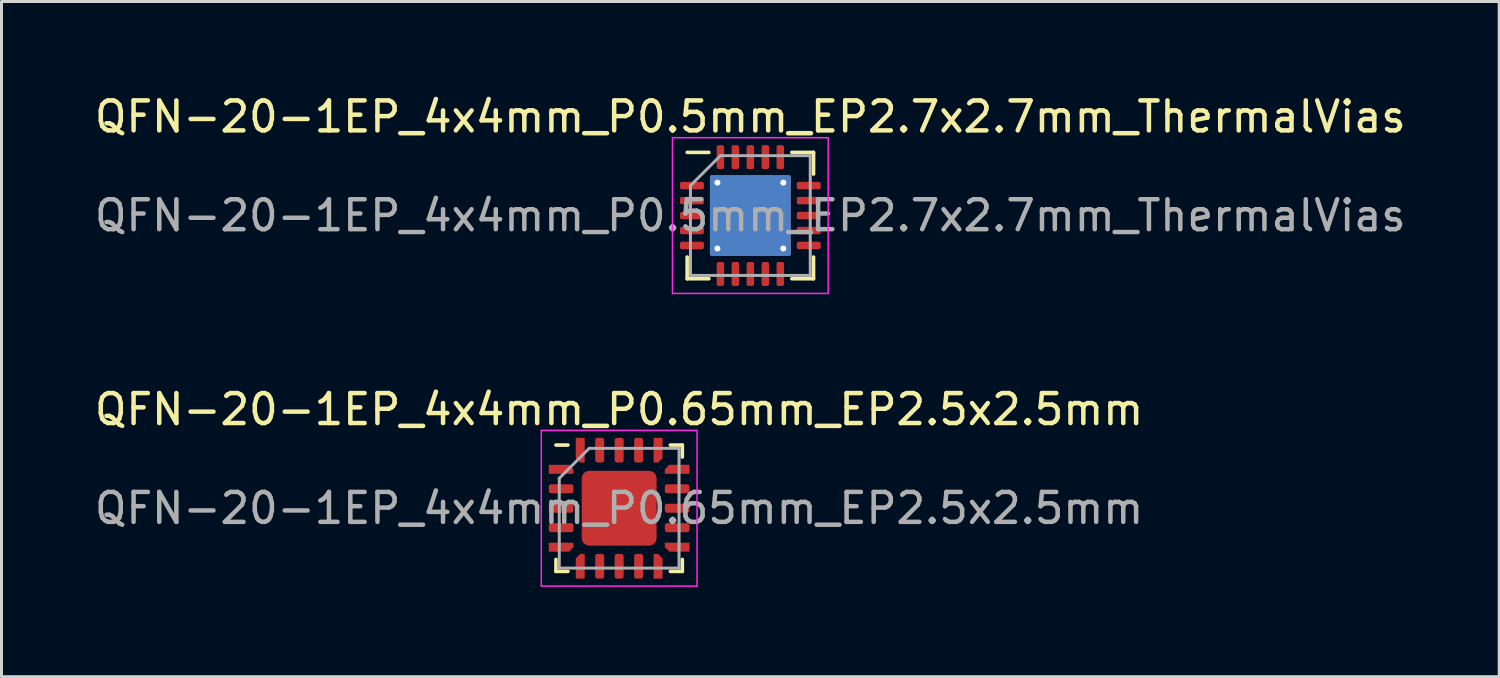
<source format=kicad_pcb>
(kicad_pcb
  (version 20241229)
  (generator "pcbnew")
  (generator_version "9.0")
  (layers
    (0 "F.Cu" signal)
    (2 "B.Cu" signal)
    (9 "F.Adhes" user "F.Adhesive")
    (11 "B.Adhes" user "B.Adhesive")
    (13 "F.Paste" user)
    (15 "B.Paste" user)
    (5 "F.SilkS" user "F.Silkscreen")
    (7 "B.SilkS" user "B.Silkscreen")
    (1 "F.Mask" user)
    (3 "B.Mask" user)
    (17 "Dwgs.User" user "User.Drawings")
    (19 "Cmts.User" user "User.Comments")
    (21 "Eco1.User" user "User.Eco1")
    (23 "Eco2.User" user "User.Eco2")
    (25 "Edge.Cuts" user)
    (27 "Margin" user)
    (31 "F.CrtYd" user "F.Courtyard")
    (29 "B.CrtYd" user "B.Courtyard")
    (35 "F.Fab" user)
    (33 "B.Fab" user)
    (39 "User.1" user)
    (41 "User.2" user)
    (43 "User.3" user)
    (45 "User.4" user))
  (footprint "QFN-20-1EP_4x4mm_P0.5mm_EP2.7x2.7mm_ThermalVias"
    (layer "F.Cu")
    (at 22.006 4.148)
    (property "Reference" "QFN-20-1EP_4x4mm_P0.5mm_EP2.7x2.7mm_ThermalVias" (at 0 -3.3 0) (layer "F.SilkS") (effects (font (size 1 1) (thickness 0.15))))
    (attr smd)
    (fp_line (start -2.11 2.11) (end -2.11 1.385) (stroke (width 0.12) (type solid)) (layer "F.SilkS"))
    (fp_line (start -1.385 -2.11) (end -2.11 -2.11) (stroke (width 0.12) (type solid)) (layer "F.SilkS"))
    (fp_line (start -1.385 2.11) (end -2.11 2.11) (stroke (width 0.12) (type solid)) (layer "F.SilkS"))
    (fp_line (start 1.385 -2.11) (end 2.11 -2.11) (stroke (width 0.12) (type solid)) (layer "F.SilkS"))
    (fp_line (start 1.385 2.11) (end 2.11 2.11) (stroke (width 0.12) (type solid)) (layer "F.SilkS"))
    (fp_line (start 2.11 -2.11) (end 2.11 -1.385) (stroke (width 0.12) (type solid)) (layer "F.SilkS"))
    (fp_line (start 2.11 2.11) (end 2.11 1.385) (stroke (width 0.12) (type solid)) (layer "F.SilkS"))
    (fp_line (start -2.6 -2.6) (end -2.6 2.6) (stroke (width 0.05) (type solid)) (layer "F.CrtYd"))
    (fp_line (start -2.6 2.6) (end 2.6 2.6) (stroke (width 0.05) (type solid)) (layer "F.CrtYd"))
    (fp_line (start 2.6 -2.6) (end -2.6 -2.6) (stroke (width 0.05) (type solid)) (layer "F.CrtYd"))
    (fp_line (start 2.6 2.6) (end 2.6 -2.6) (stroke (width 0.05) (type solid)) (layer "F.CrtYd"))
    (fp_line (start -2 -1) (end -1 -2) (stroke (width 0.1) (type solid)) (layer "F.Fab"))
    (fp_line (start -2 2) (end -2 -1) (stroke (width 0.1) (type solid)) (layer "F.Fab"))
    (fp_line (start -1 -2) (end 2 -2) (stroke (width 0.1) (type solid)) (layer "F.Fab"))
    (fp_line (start 2 -2) (end 2 2) (stroke (width 0.1) (type solid)) (layer "F.Fab"))
    (fp_line (start 2 2) (end -2 2) (stroke (width 0.1) (type solid)) (layer "F.Fab"))
    (fp_text user "${REFERENCE}" (at 0 0 0) (layer "F.Fab") (effects (font (size 1 1) (thickness 0.15))))
    (pad "" smd roundrect (at -0.675 -0.675) (size 1.17 1.17) (layers "F.Paste") (roundrect_rratio 0.214))
    (pad "" smd roundrect (at -0.675 0.675) (size 1.17 1.17) (layers "F.Paste") (roundrect_rratio 0.214))
    (pad "" smd roundrect (at 0.675 -0.675) (size 1.17 1.17) (layers "F.Paste") (roundrect_rratio 0.214))
    (pad "" smd roundrect (at 0.675 0.675) (size 1.17 1.17) (layers "F.Paste") (roundrect_rratio 0.214))
    (pad "1" smd roundrect (at -1.95 -1) (size 0.8 0.25) (layers "F.Cu" "F.Mask" "F.Paste") (roundrect_rratio 0.25))
    (pad "2" smd roundrect (at -1.95 -0.5) (size 0.8 0.25) (layers "F.Cu" "F.Mask" "F.Paste") (roundrect_rratio 0.25))
    (pad "3" smd roundrect (at -1.95 0) (size 0.8 0.25) (layers "F.Cu" "F.Mask" "F.Paste") (roundrect_rratio 0.25))
    (pad "4" smd roundrect (at -1.95 0.5) (size 0.8 0.25) (layers "F.Cu" "F.Mask" "F.Paste") (roundrect_rratio 0.25))
    (pad "5" smd roundrect (at -1.95 1) (size 0.8 0.25) (layers "F.Cu" "F.Mask" "F.Paste") (roundrect_rratio 0.25))
    (pad "6" smd roundrect (at -1 1.95) (size 0.25 0.8) (layers "F.Cu" "F.Mask" "F.Paste") (roundrect_rratio 0.25))
    (pad "7" smd roundrect (at -0.5 1.95) (size 0.25 0.8) (layers "F.Cu" "F.Mask" "F.Paste") (roundrect_rratio 0.25))
    (pad "8" smd roundrect (at 0 1.95) (size 0.25 0.8) (layers "F.Cu" "F.Mask" "F.Paste") (roundrect_rratio 0.25))
    (pad "9" smd roundrect (at 0.5 1.95) (size 0.25 0.8) (layers "F.Cu" "F.Mask" "F.Paste") (roundrect_rratio 0.25))
    (pad "10" smd roundrect (at 1 1.95) (size 0.25 0.8) (layers "F.Cu" "F.Mask" "F.Paste") (roundrect_rratio 0.25))
    (pad "11" smd roundrect (at 1.95 1) (size 0.8 0.25) (layers "F.Cu" "F.Mask" "F.Paste") (roundrect_rratio 0.25))
    (pad "12" smd roundrect (at 1.95 0.5) (size 0.8 0.25) (layers "F.Cu" "F.Mask" "F.Paste") (roundrect_rratio 0.25))
    (pad "13" smd roundrect (at 1.95 0) (size 0.8 0.25) (layers "F.Cu" "F.Mask" "F.Paste") (roundrect_rratio 0.25))
    (pad "14" smd roundrect (at 1.95 -0.5) (size 0.8 0.25) (layers "F.Cu" "F.Mask" "F.Paste") (roundrect_rratio 0.25))
    (pad "15" smd roundrect (at 1.95 -1) (size 0.8 0.25) (layers "F.Cu" "F.Mask" "F.Paste") (roundrect_rratio 0.25))
    (pad "16" smd roundrect (at 1 -1.95) (size 0.25 0.8) (layers "F.Cu" "F.Mask" "F.Paste") (roundrect_rratio 0.25))
    (pad "17" smd roundrect (at 0.5 -1.95) (size 0.25 0.8) (layers "F.Cu" "F.Mask" "F.Paste") (roundrect_rratio 0.25))
    (pad "18" smd roundrect (at 0 -1.95) (size 0.25 0.8) (layers "F.Cu" "F.Mask" "F.Paste") (roundrect_rratio 0.25))
    (pad "19" smd roundrect (at -0.5 -1.95) (size 0.25 0.8) (layers "F.Cu" "F.Mask" "F.Paste") (roundrect_rratio 0.25))
    (pad "20" smd roundrect (at -1 -1.95) (size 0.25 0.8) (layers "F.Cu" "F.Mask" "F.Paste") (roundrect_rratio 0.25))
    (pad "21" thru_hole circle (at -1.1 -1.1) (size 0.5 0.5) (drill 0.2) (layers "*.Cu"))
    (pad "21" thru_hole circle (at -1.1 1.1) (size 0.5 0.5) (drill 0.2) (layers "*.Cu"))
    (pad "21" smd roundrect (at 0 0) (size 2.7 2.7) (layers "F.Cu" "F.Mask") (roundrect_rratio 0.023))
    (pad "21" smd roundrect (at 0 0) (size 2.7 2.7) (layers "B.Cu") (roundrect_rratio 0.023))
    (pad "21" thru_hole circle (at 1.1 -1.1) (size 0.5 0.5) (drill 0.2) (layers "*.Cu"))
    (pad "21" thru_hole circle (at 1.1 1.1) (size 0.5 0.5) (drill 0.2) (layers "*.Cu")))
  (footprint "QFN-20-1EP_4x4mm_P0.65mm_EP2.5x2.5mm"
    (layer "F.Cu")
    (at 17.625 13.921)
    (property "Reference" "QFN-20-1EP_4x4mm_P0.65mm_EP2.5x2.5mm" (at 0 -3.3 0) (layer "F.SilkS") (effects (font (size 1 1) (thickness 0.15))))
    (attr smd)
    (fp_line (start -2.11 2.11) (end -2.11 1.71) (stroke (width 0.12) (type solid)) (layer "F.SilkS"))
    (fp_line (start -1.71 -2.11) (end -2.11 -2.11) (stroke (width 0.12) (type solid)) (layer "F.SilkS"))
    (fp_line (start -1.71 2.11) (end -2.11 2.11) (stroke (width 0.12) (type solid)) (layer "F.SilkS"))
    (fp_line (start 1.71 -2.11) (end 2.11 -2.11) (stroke (width 0.12) (type solid)) (layer "F.SilkS"))
    (fp_line (start 1.71 2.11) (end 2.11 2.11) (stroke (width 0.12) (type solid)) (layer "F.SilkS"))
    (fp_line (start 2.11 -2.11) (end 2.11 -1.71) (stroke (width 0.12) (type solid)) (layer "F.SilkS"))
    (fp_line (start 2.11 2.11) (end 2.11 1.71) (stroke (width 0.12) (type solid)) (layer "F.SilkS"))
    (fp_line (start -2.6 -2.6) (end -2.6 2.6) (stroke (width 0.05) (type solid)) (layer "F.CrtYd"))
    (fp_line (start -2.6 2.6) (end 2.6 2.6) (stroke (width 0.05) (type solid)) (layer "F.CrtYd"))
    (fp_line (start 2.6 -2.6) (end -2.6 -2.6) (stroke (width 0.05) (type solid)) (layer "F.CrtYd"))
    (fp_line (start 2.6 2.6) (end 2.6 -2.6) (stroke (width 0.05) (type solid)) (layer "F.CrtYd"))
    (fp_line (start -2 -1) (end -1 -2) (stroke (width 0.1) (type solid)) (layer "F.Fab"))
    (fp_line (start -2 2) (end -2 -1) (stroke (width 0.1) (type solid)) (layer "F.Fab"))
    (fp_line (start -1 -2) (end 2 -2) (stroke (width 0.1) (type solid)) (layer "F.Fab"))
    (fp_line (start 2 -2) (end 2 2) (stroke (width 0.1) (type solid)) (layer "F.Fab"))
    (fp_line (start 2 2) (end -2 2) (stroke (width 0.1) (type solid)) (layer "F.Fab"))
    (fp_text user "${REFERENCE}" (at 0 0 0) (layer "F.Fab") (effects (font (size 1 1) (thickness 0.15))))
    (pad "" smd roundrect (at -0.625 -0.625) (size 1.01 1.01) (layers "F.Paste") (roundrect_rratio 0.248))
    (pad "" smd roundrect (at -0.625 0.625) (size 1.01 1.01) (layers "F.Paste") (roundrect_rratio 0.248))
    (pad "" smd roundrect (at 0.625 -0.625) (size 1.01 1.01) (layers "F.Paste") (roundrect_rratio 0.248))
    (pad "" smd roundrect (at 0.625 0.625) (size 1.01 1.01) (layers "F.Paste") (roundrect_rratio 0.248))
    (pad "1" smd custom (at -1.938 -1.3) (size 0.194 0.194) (layers "F.Cu" "F.Mask" "F.Paste") (options (anchor circle)) (primitives (gr_poly (pts (xy -0.412 -0.15) (xy 0.263 -0.15) (xy 0.412 0) (xy 0.412 0.15) (xy -0.412 0.15)) (width 0) (fill yes))))
    (pad "2" smd roundrect (at -1.938 -0.65) (size 0.825 0.3) (layers "F.Cu" "F.Mask" "F.Paste") (roundrect_rratio 0.25))
    (pad "3" smd roundrect (at -1.938 0) (size 0.825 0.3) (layers "F.Cu" "F.Mask" "F.Paste") (roundrect_rratio 0.25))
    (pad "4" smd roundrect (at -1.938 0.65) (size 0.825 0.3) (layers "F.Cu" "F.Mask" "F.Paste") (roundrect_rratio 0.25))
    (pad "5" smd custom (at -1.938 1.3) (size 0.194 0.194) (layers "F.Cu" "F.Mask" "F.Paste") (options (anchor circle)) (primitives (gr_poly (pts (xy -0.412 -0.15) (xy 0.412 -0.15) (xy 0.412 0) (xy 0.263 0.15) (xy -0.412 0.15)) (width 0) (fill yes))))
    (pad "6" smd custom (at -1.3 1.938) (size 0.194 0.194) (layers "F.Cu" "F.Mask" "F.Paste") (options (anchor circle)) (primitives (gr_poly (pts (xy -0.15 -0.263) (xy 0 -0.412) (xy 0.15 -0.412) (xy 0.15 0.412) (xy -0.15 0.412)) (width 0) (fill yes))))
    (pad "7" smd roundrect (at -0.65 1.938) (size 0.3 0.825) (layers "F.Cu" "F.Mask" "F.Paste") (roundrect_rratio 0.25))
    (pad "8" smd roundrect (at 0 1.938) (size 0.3 0.825) (layers "F.Cu" "F.Mask" "F.Paste") (roundrect_rratio 0.25))
    (pad "9" smd roundrect (at 0.65 1.938) (size 0.3 0.825) (layers "F.Cu" "F.Mask" "F.Paste") (roundrect_rratio 0.25))
    (pad "10" smd custom (at 1.3 1.938) (size 0.194 0.194) (layers "F.Cu" "F.Mask" "F.Paste") (options (anchor circle)) (primitives (gr_poly (pts (xy -0.15 -0.412) (xy 0 -0.412) (xy 0.15 -0.263) (xy 0.15 0.412) (xy -0.15 0.412)) (width 0) (fill yes))))
    (pad "11" smd custom (at 1.938 1.3) (size 0.194 0.194) (layers "F.Cu" "F.Mask" "F.Paste") (options (anchor circle)) (primitives (gr_poly (pts (xy -0.412 -0.15) (xy 0.412 -0.15) (xy 0.412 0.15) (xy -0.263 0.15) (xy -0.412 0)) (width 0) (fill yes))))
    (pad "12" smd roundrect (at 1.938 0.65) (size 0.825 0.3) (layers "F.Cu" "F.Mask" "F.Paste") (roundrect_rratio 0.25))
    (pad "13" smd roundrect (at 1.938 0) (size 0.825 0.3) (layers "F.Cu" "F.Mask" "F.Paste") (roundrect_rratio 0.25))
    (pad "14" smd roundrect (at 1.938 -0.65) (size 0.825 0.3) (layers "F.Cu" "F.Mask" "F.Paste") (roundrect_rratio 0.25))
    (pad "15" smd custom (at 1.938 -1.3) (size 0.194 0.194) (layers "F.Cu" "F.Mask" "F.Paste") (options (anchor circle)) (primitives (gr_poly (pts (xy -0.412 0) (xy -0.263 -0.15) (xy 0.412 -0.15) (xy 0.412 0.15) (xy -0.412 0.15)) (width 0) (fill yes))))
    (pad "16" smd custom (at 1.3 -1.938) (size 0.194 0.194) (layers "F.Cu" "F.Mask" "F.Paste") (options (anchor circle)) (primitives (gr_poly (pts (xy -0.15 -0.412) (xy 0.15 -0.412) (xy 0.15 0.263) (xy 0 0.412) (xy -0.15 0.412)) (width 0) (fill yes))))
    (pad "17" smd roundrect (at 0.65 -1.938) (size 0.3 0.825) (layers "F.Cu" "F.Mask" "F.Paste") (roundrect_rratio 0.25))
    (pad "18" smd roundrect (at 0 -1.938) (size 0.3 0.825) (layers "F.Cu" "F.Mask" "F.Paste") (roundrect_rratio 0.25))
    (pad "19" smd roundrect (at -0.65 -1.938) (size 0.3 0.825) (layers "F.Cu" "F.Mask" "F.Paste") (roundrect_rratio 0.25))
    (pad "20" smd custom (at -1.3 -1.938) (size 0.194 0.194) (layers "F.Cu" "F.Mask" "F.Paste") (options (anchor circle)) (primitives (gr_poly (pts (xy -0.15 -0.412) (xy 0.15 -0.412) (xy 0.15 0.412) (xy 0 0.412) (xy -0.15 0.263)) (width 0) (fill yes))))
    (pad "21" smd roundrect (at 0 0) (size 2.5 2.5) (layers "F.Cu" "F.Mask") (roundrect_rratio 0.1)))
  (gr_rect
    (start -3 -3)
    (end 47.012 19.547)
    (stroke (width 0.1) (type default))
    (fill no)
    (layer "Edge.Cuts")))
</source>
